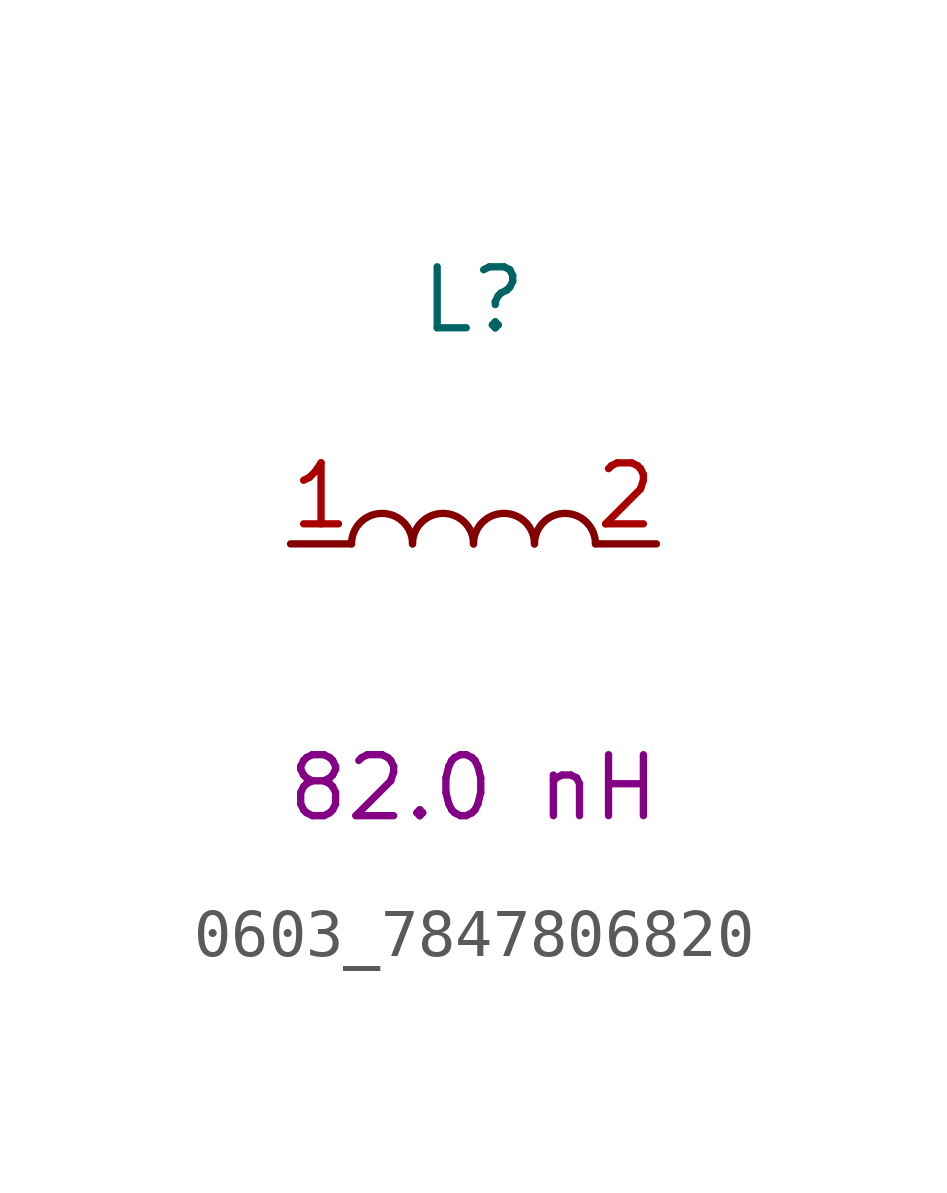
<source format=kicad_sym>
(kicad_symbol_lib
  (version 20220914)
  (generator kicad_symbol_editor)
  (symbol "0603_7847806820"
    (pin_names hide)
    (property "Reference" "L"
      (at 0 5.08 0)
      (effects (font (size 1.27 1.27))))
    (property "Critical Parameter" "82.0 nH"
      (at 0 -5.08 0)
      (effects (font (size 1.27 1.27))))
    (symbol "0603_7847806820_0_1"
      (arc (start -1.27 0) (mid -1.905 0.6323) (end -2.54 0) (stroke (width 0) (type default)) (fill (type none)))
      (arc (start 0 0) (mid -0.635 0.6323) (end -1.27 0) (stroke (width 0) (type default)) (fill (type none)))
      (arc (start 1.27 0) (mid 0.635 0.6323) (end 0 0) (stroke (width 0) (type default)) (fill (type none)))
      (arc (start 2.54 0) (mid 1.905 0.6323) (end 1.27 0) (stroke (width 0) (type default)) (fill (type none))))
    (symbol "0603_7847806820_1_1"
      (pin passive line (at -3.81 0 0) (length 1.27) (name "1" (effects (font (size 1.27 1.27)))) (number "1" (effects (font (size 1.27 1.27)))))
      (pin passive line (at 3.81 0 180) (length 1.27) (name "2" (effects (font (size 1.27 1.27)))) (number "2" (effects (font (size 1.27 1.27))))))))
</source>
